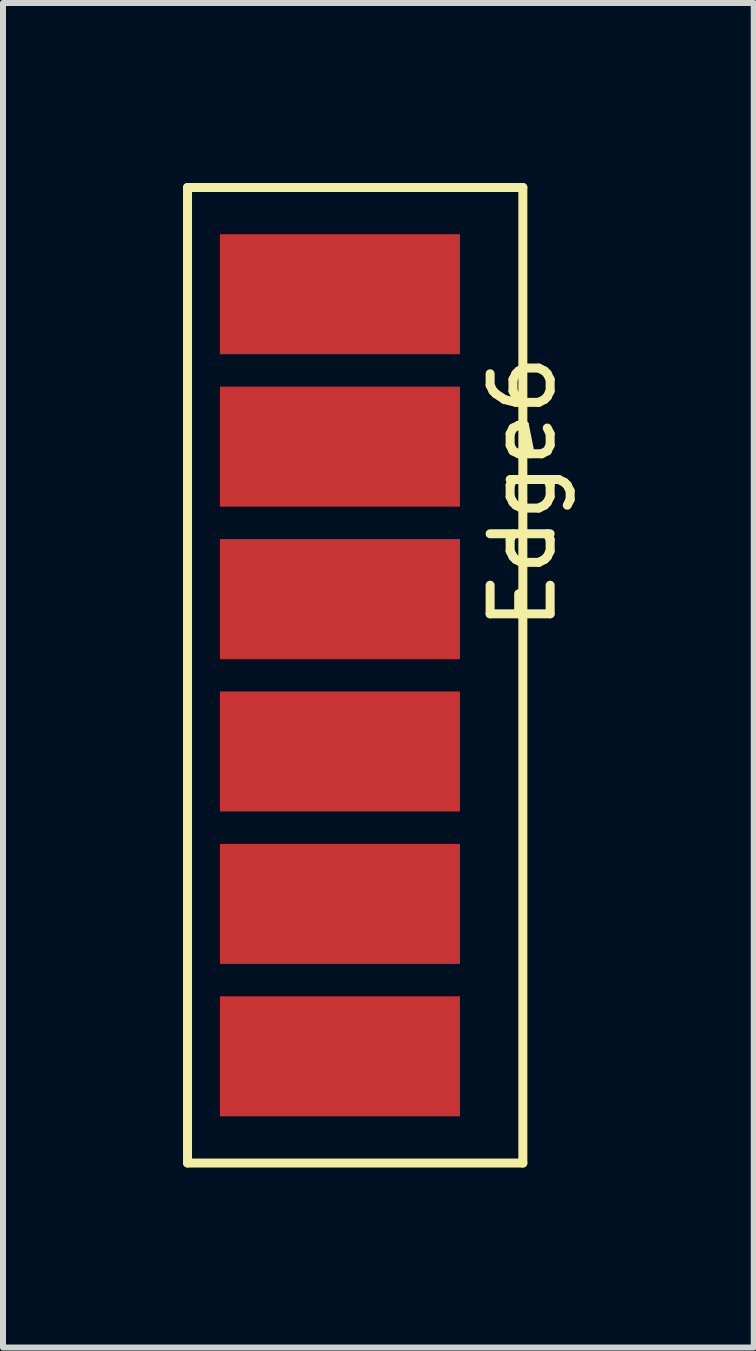
<source format=kicad_pcb>
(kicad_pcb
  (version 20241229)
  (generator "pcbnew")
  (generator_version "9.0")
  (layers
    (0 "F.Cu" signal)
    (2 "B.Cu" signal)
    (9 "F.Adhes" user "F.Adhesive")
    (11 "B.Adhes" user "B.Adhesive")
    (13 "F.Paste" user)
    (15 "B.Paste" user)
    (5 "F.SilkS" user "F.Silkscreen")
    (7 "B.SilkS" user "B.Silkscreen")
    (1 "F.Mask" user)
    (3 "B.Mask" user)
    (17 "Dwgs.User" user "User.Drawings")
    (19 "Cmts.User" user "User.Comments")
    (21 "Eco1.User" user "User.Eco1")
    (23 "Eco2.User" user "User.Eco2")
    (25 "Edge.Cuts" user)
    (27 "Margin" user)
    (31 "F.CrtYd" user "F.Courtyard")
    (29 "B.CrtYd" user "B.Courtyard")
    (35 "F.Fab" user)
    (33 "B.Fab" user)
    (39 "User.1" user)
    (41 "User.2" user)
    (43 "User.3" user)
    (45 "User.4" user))
  (footprint "Edge6"
    (layer "F.Cu")
    (at 2.615 8.203)
    (property "Reference" "Edge6" (at 3.048 -3.048 90) (layer "F.SilkS") (effects (font (size 1 1) (thickness 0.15))))
    (attr through_hole)
    (fp_line (start -2.54 -8.128) (end -2.54 8.128) (stroke (width 0.15) (type solid)) (layer "F.SilkS"))
    (fp_line (start -2.54 8.128) (end 3.048 8.128) (stroke (width 0.15) (type solid)) (layer "F.SilkS"))
    (fp_line (start 3.048 -8.128) (end -2.54 -8.128) (stroke (width 0.15) (type solid)) (layer "F.SilkS"))
    (fp_line (start 3.048 8.128) (end 3.048 -8.128) (stroke (width 0.15) (type solid)) (layer "F.SilkS"))
    (pad "1" smd rect (at 0 6.35) (size 4 2) (layers "F.Cu" "F.Mask" "F.Paste"))
    (pad "2" smd rect (at 0 3.81) (size 4 2) (layers "F.Cu" "F.Mask" "F.Paste"))
    (pad "3" smd rect (at 0 1.27) (size 4 2) (layers "F.Cu" "F.Mask" "F.Paste"))
    (pad "4" smd rect (at 0 -1.27) (size 4 2) (layers "F.Cu" "F.Mask" "F.Paste"))
    (pad "5" smd rect (at 0 -3.81) (size 4 2) (layers "F.Cu" "F.Mask" "F.Paste"))
    (pad "6" smd rect (at 0 -6.35) (size 4 2) (layers "F.Cu" "F.Mask" "F.Paste")))
  (gr_rect
    (start -3 -3)
    (end 9.511 19.406)
    (stroke (width 0.1) (type default))
    (fill no)
    (layer "Edge.Cuts")))
</source>
